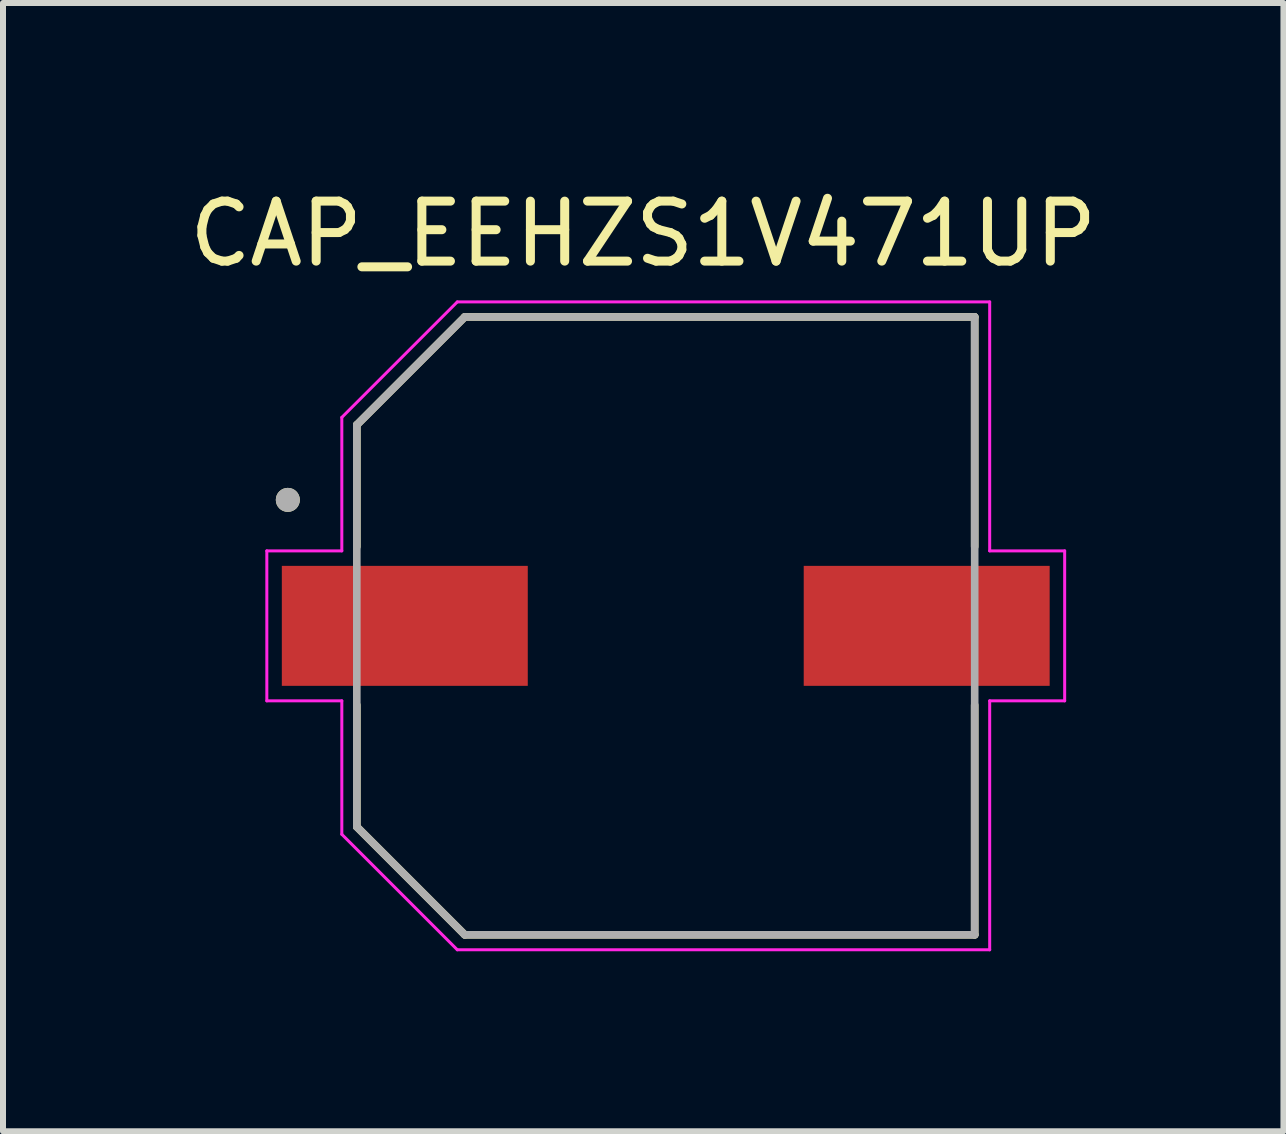
<source format=kicad_pcb>
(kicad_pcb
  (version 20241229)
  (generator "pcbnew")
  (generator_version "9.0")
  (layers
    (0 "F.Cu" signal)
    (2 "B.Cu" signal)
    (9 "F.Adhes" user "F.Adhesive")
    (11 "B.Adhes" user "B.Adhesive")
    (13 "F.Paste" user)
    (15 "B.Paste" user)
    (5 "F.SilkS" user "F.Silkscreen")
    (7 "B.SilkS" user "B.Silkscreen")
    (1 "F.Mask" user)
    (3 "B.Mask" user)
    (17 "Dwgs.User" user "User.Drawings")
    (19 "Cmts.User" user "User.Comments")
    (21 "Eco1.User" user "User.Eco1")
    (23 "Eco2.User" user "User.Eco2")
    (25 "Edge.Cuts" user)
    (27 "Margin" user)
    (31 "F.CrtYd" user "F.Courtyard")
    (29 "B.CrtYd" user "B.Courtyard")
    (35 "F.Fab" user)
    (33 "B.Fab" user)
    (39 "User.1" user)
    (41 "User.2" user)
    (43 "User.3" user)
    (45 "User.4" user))
  (footprint "CAP_EEHZS1V471UP"
    (layer "F.Cu")
    (at 8.048 7.383)
    (property "Reference" "CAP_EEHZS1V471UP" (at -0.375 -6.535 0) (layer "F.SilkS") (effects (font (size 1 1) (thickness 0.15))))
    (attr smd)
    (fp_line (start -5.15 -3.35) (end -5.15 -1.32) (stroke (width 0.127) (type solid)) (layer "F.SilkS"))
    (fp_line (start -5.15 1.32) (end -5.15 3.35) (stroke (width 0.127) (type solid)) (layer "F.SilkS"))
    (fp_line (start -5.15 3.35) (end -3.35 5.15) (stroke (width 0.127) (type solid)) (layer "F.SilkS"))
    (fp_line (start -3.35 -5.15) (end -5.15 -3.35) (stroke (width 0.127) (type solid)) (layer "F.SilkS"))
    (fp_line (start -3.35 5.15) (end 5.15 5.15) (stroke (width 0.127) (type solid)) (layer "F.SilkS"))
    (fp_line (start 5.15 -5.15) (end -3.35 -5.15) (stroke (width 0.127) (type solid)) (layer "F.SilkS"))
    (fp_line (start 5.15 -1.32) (end 5.15 -5.15) (stroke (width 0.127) (type solid)) (layer "F.SilkS"))
    (fp_line (start 5.15 5.15) (end 5.15 1.32) (stroke (width 0.127) (type solid)) (layer "F.SilkS"))
    (fp_circle (center -6.3 -2.1) (end -6.2 -2.1) (stroke (width 0.2) (type solid)) (fill no) (layer "F.SilkS"))
    (fp_line (start -6.65 -1.25) (end -5.4 -1.25) (stroke (width 0.05) (type solid)) (layer "F.CrtYd"))
    (fp_line (start -6.65 1.25) (end -6.65 -1.25) (stroke (width 0.05) (type solid)) (layer "F.CrtYd"))
    (fp_line (start -5.4 -3.475) (end -3.475 -5.4) (stroke (width 0.05) (type solid)) (layer "F.CrtYd"))
    (fp_line (start -5.4 -1.25) (end -5.4 -3.475) (stroke (width 0.05) (type solid)) (layer "F.CrtYd"))
    (fp_line (start -5.4 1.25) (end -6.65 1.25) (stroke (width 0.05) (type solid)) (layer "F.CrtYd"))
    (fp_line (start -5.4 3.475) (end -5.4 1.25) (stroke (width 0.05) (type solid)) (layer "F.CrtYd"))
    (fp_line (start -3.475 -5.4) (end 5.4 -5.4) (stroke (width 0.05) (type solid)) (layer "F.CrtYd"))
    (fp_line (start -3.475 5.4) (end -5.4 3.475) (stroke (width 0.05) (type solid)) (layer "F.CrtYd"))
    (fp_line (start 5.4 -5.4) (end 5.4 -1.25) (stroke (width 0.05) (type solid)) (layer "F.CrtYd"))
    (fp_line (start 5.4 -1.25) (end 6.65 -1.25) (stroke (width 0.05) (type solid)) (layer "F.CrtYd"))
    (fp_line (start 5.4 1.25) (end 5.4 5.4) (stroke (width 0.05) (type solid)) (layer "F.CrtYd"))
    (fp_line (start 5.4 5.4) (end -3.475 5.4) (stroke (width 0.05) (type solid)) (layer "F.CrtYd"))
    (fp_line (start 6.65 -1.25) (end 6.65 1.25) (stroke (width 0.05) (type solid)) (layer "F.CrtYd"))
    (fp_line (start 6.65 1.25) (end 5.4 1.25) (stroke (width 0.05) (type solid)) (layer "F.CrtYd"))
    (fp_line (start -5.15 -3.35) (end -5.15 3.35) (stroke (width 0.127) (type solid)) (layer "F.Fab"))
    (fp_line (start -5.15 3.35) (end -3.35 5.15) (stroke (width 0.127) (type solid)) (layer "F.Fab"))
    (fp_line (start -3.35 -5.15) (end -5.15 -3.35) (stroke (width 0.127) (type solid)) (layer "F.Fab"))
    (fp_line (start -3.35 5.15) (end 5.15 5.15) (stroke (width 0.127) (type solid)) (layer "F.Fab"))
    (fp_line (start 5.15 -5.15) (end -3.35 -5.15) (stroke (width 0.127) (type solid)) (layer "F.Fab"))
    (fp_line (start 5.15 5.15) (end 5.15 -5.15) (stroke (width 0.127) (type solid)) (layer "F.Fab"))
    (fp_circle (center -6.3 -2.1) (end -6.2 -2.1) (stroke (width 0.2) (type solid)) (fill no) (layer "F.Fab"))
    (pad "1" smd rect (at -4.35 0) (size 4.1 2) (layers "F.Cu" "F.Mask" "F.Paste"))
    (pad "2" smd rect (at 4.35 0) (size 4.1 2) (layers "F.Cu" "F.Mask" "F.Paste")))
  (gr_rect
    (start -3 -3)
    (end 18.345 15.808)
    (stroke (width 0.1) (type default))
    (fill no)
    (layer "Edge.Cuts")))
</source>
